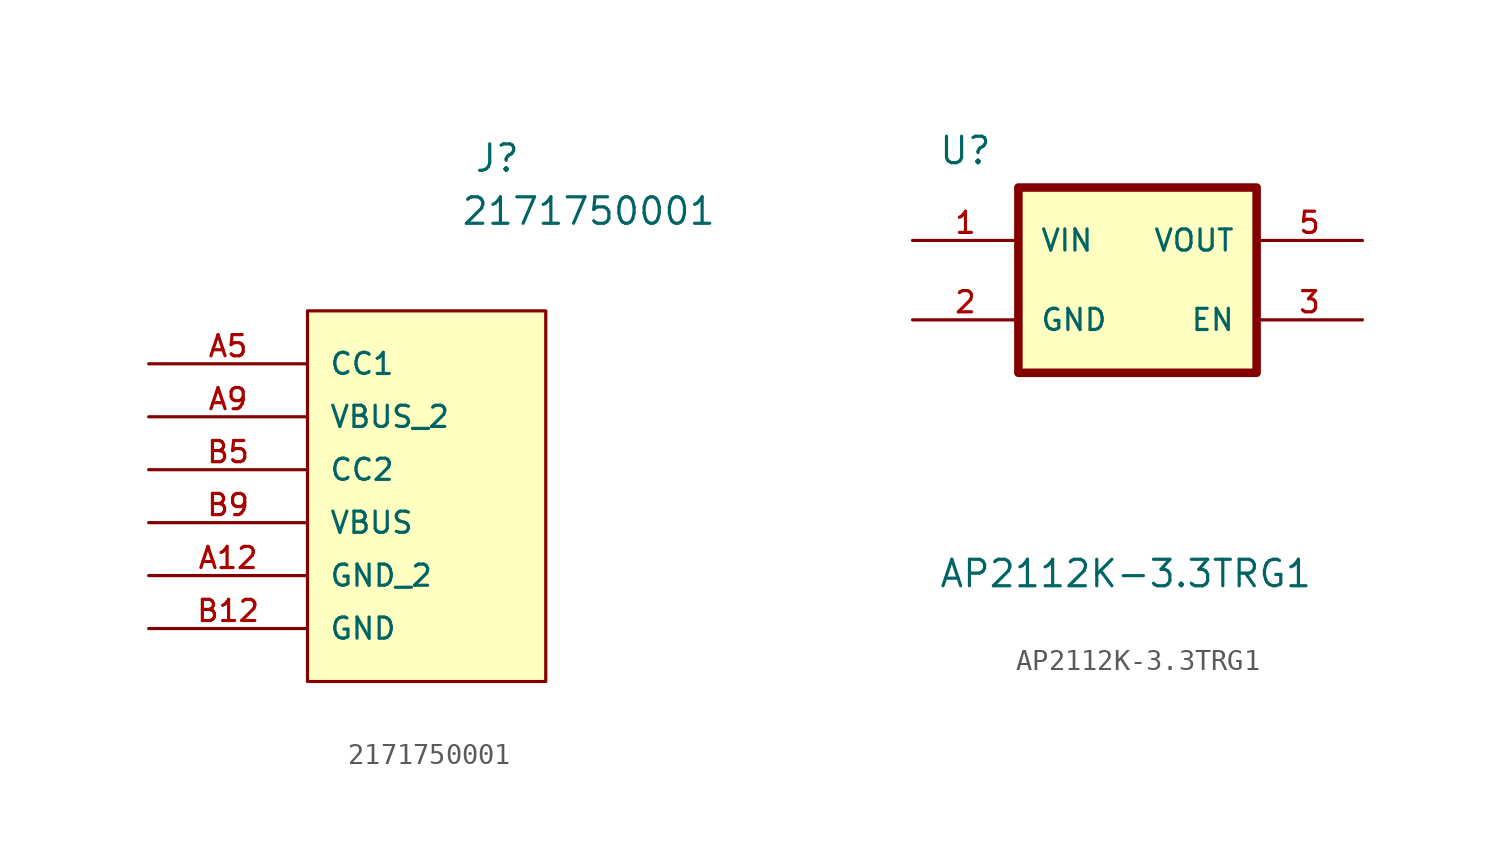
<source format=kicad_sym>
(kicad_symbol_lib
  (version 20241209)
  (generator "kicad_symbol_editor")
  (generator_version "9.0")
  (symbol "2171750001"
    (pin_names
      (offset 1.016))
    (property "Reference" "J"
      (at 15.596 9.119 0)
      (effects (font (size 1.27 1.27)) (justify left bottom)))
    (property "Value" "2171750001"
      (at 14.961 6.579 0)
      (effects (font (size 1.27 1.27)) (justify left bottom)))
    (symbol "2171750001_0_0"
      (pin bidirectional line (at 0 0 0) (length 7.62) (name "CC1" (effects (font (size 1.016 1.016)))) (number "A5" (effects (font (size 1.016 1.016)))))
      (pin power_in line (at 0 -2.54 0) (length 7.62) (name "VBUS_2" (effects (font (size 1.016 1.016)))) (number "A9" (effects (font (size 1.016 1.016)))))
      (pin bidirectional line (at 0 -5.08 0) (length 7.62) (name "CC2" (effects (font (size 1.016 1.016)))) (number "B5" (effects (font (size 1.016 1.016)))))
      (pin power_in line (at 0 -7.62 0) (length 7.62) (name "VBUS" (effects (font (size 1.016 1.016)))) (number "B9" (effects (font (size 1.016 1.016)))))
      (pin passive line (at 0 -10.16 0) (length 7.62) (name "GND_2" (effects (font (size 1.016 1.016)))) (number "A12" (effects (font (size 1.016 1.016)))))
      (pin passive line (at 0 -12.7 0) (length 7.62) (name "GND" (effects (font (size 1.016 1.016)))) (number "B12" (effects (font (size 1.016 1.016))))))
    (symbol "2171750001_1_1"
      (rectangle (start 7.62 2.54) (end 19.05 -15.24) (stroke (width 0) (type solid)) (fill (type background)))))
  (symbol "AP2112K-3.3TRG1"
    (pin_names
      (offset 1.016))
    (property "Reference" "U"
      (at -7.663 8.648 0)
      (effects (font (size 1.27 1.27)) (justify left bottom)))
    (property "Value" "AP2112K-3.3TRG1"
      (at -7.649 -11.651 0)
      (effects (font (size 1.27 1.27)) (justify left bottom)))
    (symbol "AP2112K-3.3TRG1_0_0"
      (rectangle (start -3.81 7.62) (end 7.62 -1.27) (stroke (width 0.41) (type default)) (fill (type background)))
      (pin power_in line (at -8.89 5.08 0) (length 5.08) (name "VIN" (effects (font (size 1.016 1.016)))) (number "1" (effects (font (size 1.016 1.016)))))
      (pin power_in line (at -8.89 1.27 0) (length 5.08) (name "GND" (effects (font (size 1.016 1.016)))) (number "2" (effects (font (size 1.016 1.016)))))
      (pin power_in line (at 12.7 5.08 180) (length 5.08) (name "VOUT" (effects (font (size 1.016 1.016)))) (number "5" (effects (font (size 1.016 1.016)))))
      (pin input line (at 12.7 1.27 180) (length 5.08) (name "EN" (effects (font (size 1.016 1.016)))) (number "3" (effects (font (size 1.016 1.016))))))))
</source>
